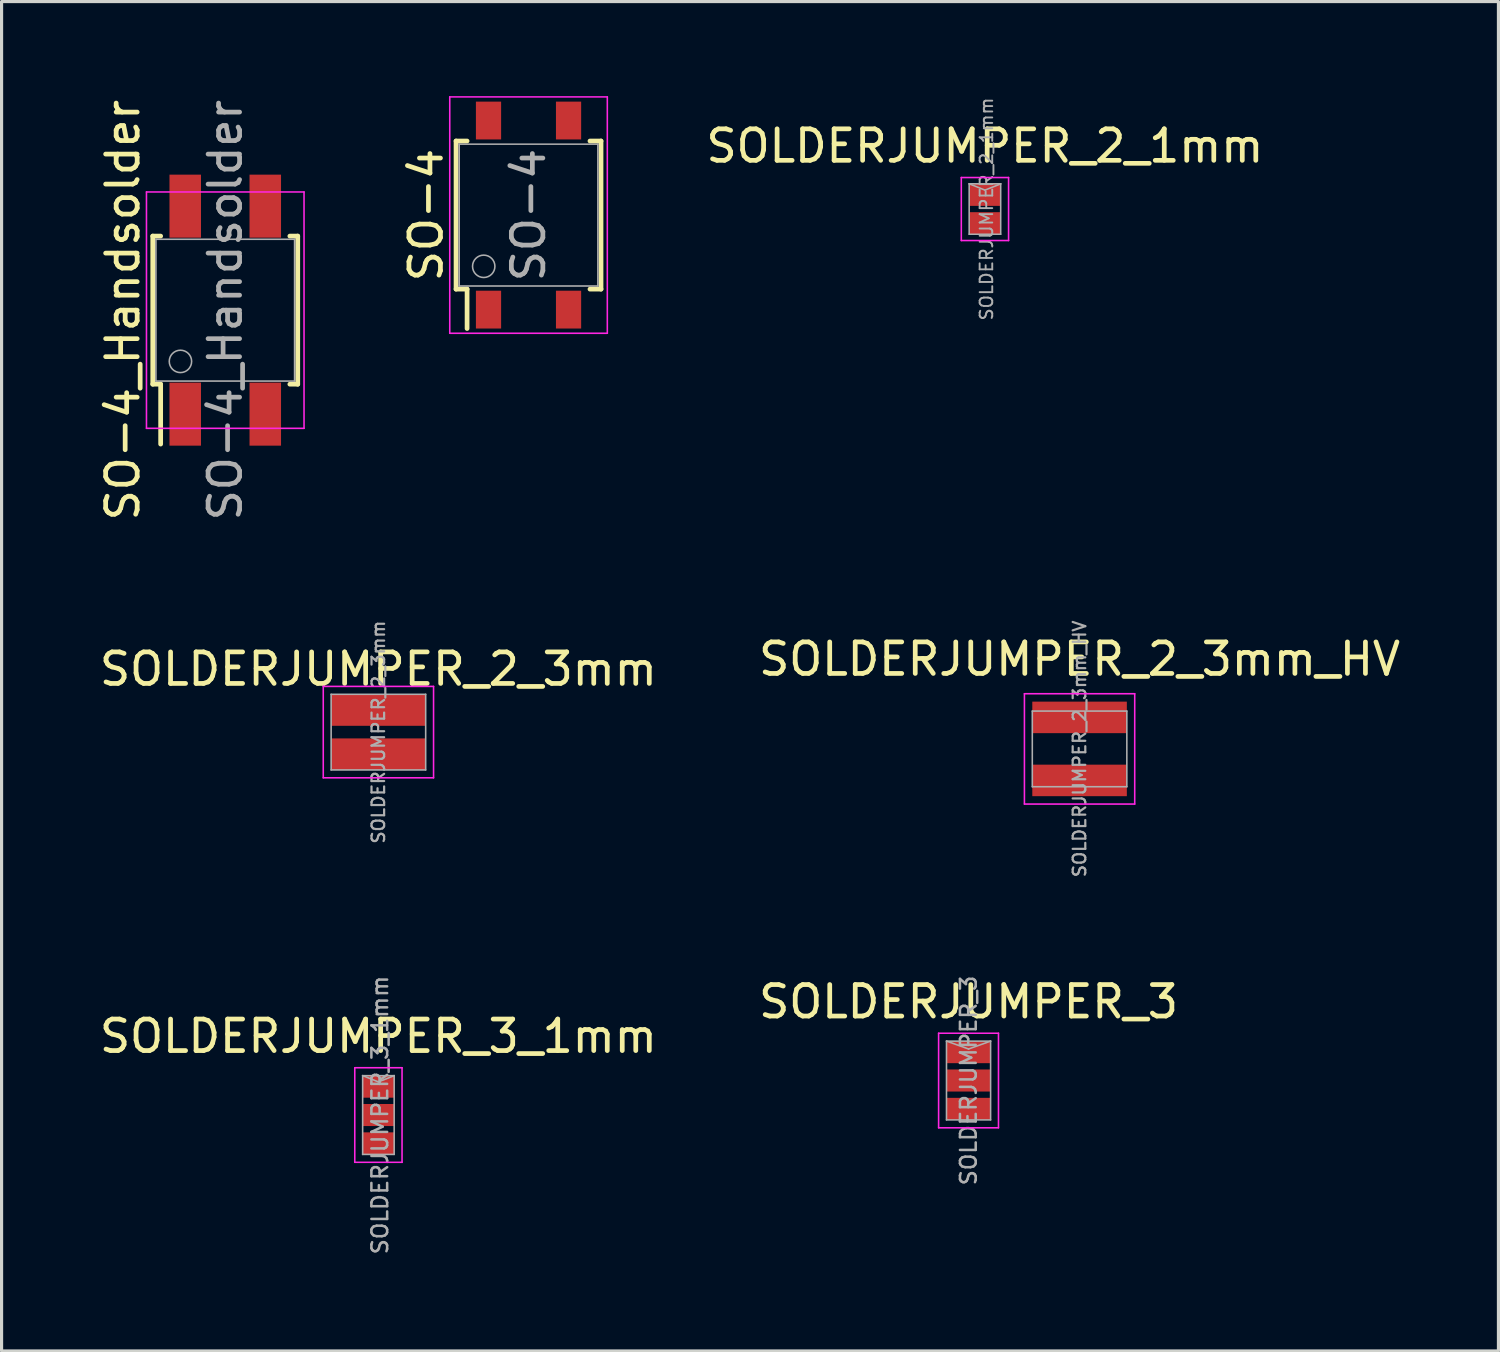
<source format=kicad_pcb>
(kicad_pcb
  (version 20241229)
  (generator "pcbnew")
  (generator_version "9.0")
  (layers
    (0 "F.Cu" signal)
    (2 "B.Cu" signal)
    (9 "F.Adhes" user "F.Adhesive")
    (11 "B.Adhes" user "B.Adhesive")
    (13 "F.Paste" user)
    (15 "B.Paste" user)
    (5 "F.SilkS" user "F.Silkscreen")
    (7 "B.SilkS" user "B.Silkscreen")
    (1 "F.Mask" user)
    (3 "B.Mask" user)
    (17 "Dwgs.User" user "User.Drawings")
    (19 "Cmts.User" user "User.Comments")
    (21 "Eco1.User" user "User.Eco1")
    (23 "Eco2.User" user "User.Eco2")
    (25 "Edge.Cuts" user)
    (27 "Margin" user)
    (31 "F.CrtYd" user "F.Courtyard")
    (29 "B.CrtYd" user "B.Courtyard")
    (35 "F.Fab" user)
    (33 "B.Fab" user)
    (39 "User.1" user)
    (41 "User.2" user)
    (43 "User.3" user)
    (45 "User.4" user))
  (footprint "SOLDERJUMPER_3_1mm"
    (layer "F.Cu")
    (at 8.958 32.333)
    (property "Reference" "SOLDERJUMPER_3_1mm" (at 0.05 0 90) (layer "F.Fab") (effects (font (size 0.5 0.5) (thickness 0.08))))
    (attr through_hole)
    (fp_line (start -0.475 -0.525) (end 0.475 -0.525) (stroke (width 0.05) (type solid)) (layer "F.Mask"))
    (fp_line (start -0.475 -0.425) (end 0.475 -0.425) (stroke (width 0.05) (type solid)) (layer "F.Mask"))
    (fp_line (start -0.475 -0.375) (end -0.475 -0.525) (stroke (width 0.05) (type solid)) (layer "F.Mask"))
    (fp_line (start -0.475 0.375) (end -0.475 0.525) (stroke (width 0.05) (type solid)) (layer "F.Mask"))
    (fp_line (start -0.475 0.475) (end 0.475 0.475) (stroke (width 0.05) (type solid)) (layer "F.Mask"))
    (fp_line (start -0.475 0.525) (end 0.475 0.525) (stroke (width 0.05) (type solid)) (layer "F.Mask"))
    (fp_line (start 0.475 -0.525) (end 0.475 -0.375) (stroke (width 0.05) (type solid)) (layer "F.Mask"))
    (fp_line (start 0.475 -0.475) (end -0.475 -0.475) (stroke (width 0.05) (type solid)) (layer "F.Mask"))
    (fp_line (start 0.475 -0.375) (end -0.475 -0.375) (stroke (width 0.05) (type solid)) (layer "F.Mask"))
    (fp_line (start 0.475 0.375) (end -0.475 0.375) (stroke (width 0.05) (type solid)) (layer "F.Mask"))
    (fp_line (start 0.475 0.425) (end -0.475 0.425) (stroke (width 0.05) (type solid)) (layer "F.Mask"))
    (fp_line (start 0.475 0.525) (end 0.475 0.375) (stroke (width 0.05) (type solid)) (layer "F.Mask"))
    (fp_line (start -0.75 -1.5) (end -0.75 1.5) (stroke (width 0.05) (type solid)) (layer "F.CrtYd"))
    (fp_line (start -0.75 1.5) (end 0.75 1.5) (stroke (width 0.05) (type solid)) (layer "F.CrtYd"))
    (fp_line (start 0.75 -1.5) (end -0.75 -1.5) (stroke (width 0.05) (type solid)) (layer "F.CrtYd"))
    (fp_line (start 0.75 1.5) (end 0.75 -1.5) (stroke (width 0.05) (type solid)) (layer "F.CrtYd"))
    (fp_line (start -0.5 -1.25) (end -0.5 1.25) (stroke (width 0.05) (type solid)) (layer "F.Fab"))
    (fp_line (start -0.5 -1.25) (end 0 -1.05) (stroke (width 0.05) (type solid)) (layer "F.Fab"))
    (fp_line (start -0.5 1.25) (end 0.5 1.25) (stroke (width 0.05) (type solid)) (layer "F.Fab"))
    (fp_line (start 0 -1.05) (end 0.5 -1.25) (stroke (width 0.05) (type solid)) (layer "F.Fab"))
    (fp_line (start 0.5 -1.25) (end -0.5 -1.25) (stroke (width 0.05) (type solid)) (layer "F.Fab"))
    (fp_line (start 0.5 1.25) (end 0.5 -1.25) (stroke (width 0.05) (type solid)) (layer "F.Fab"))
    (fp_text user "${REFERENCE}" (at 0 -2.5 0) (layer "F.SilkS") (effects (font (size 1 1) (thickness 0.15))))
    (pad "1" smd rect (at 0 -0.9) (size 1 0.7) (layers "F.Cu" "F.Mask"))
    (pad "2" smd rect (at 0 0) (size 1 0.7) (layers "F.Cu" "F.Mask"))
    (pad "3" smd rect (at 0 0.9) (size 1 0.7) (layers "F.Cu" "F.Mask")))
  (footprint "SOLDERJUMPER_3"
    (layer "F.Cu")
    (at 27.685 31.238)
    (property "Reference" "SOLDERJUMPER_3" (at 0 0 90) (layer "F.Fab") (effects (font (size 0.5 0.5) (thickness 0.08))))
    (attr through_hole)
    (fp_line (start -0.675 -0.525) (end 0.675 -0.525) (stroke (width 0.05) (type solid)) (layer "F.Mask"))
    (fp_line (start -0.675 -0.425) (end 0.675 -0.425) (stroke (width 0.05) (type solid)) (layer "F.Mask"))
    (fp_line (start -0.675 -0.375) (end -0.675 -0.525) (stroke (width 0.05) (type solid)) (layer "F.Mask"))
    (fp_line (start -0.675 0.375) (end -0.675 0.525) (stroke (width 0.05) (type solid)) (layer "F.Mask"))
    (fp_line (start -0.675 0.475) (end 0.675 0.475) (stroke (width 0.05) (type solid)) (layer "F.Mask"))
    (fp_line (start -0.675 0.525) (end 0.675 0.525) (stroke (width 0.05) (type solid)) (layer "F.Mask"))
    (fp_line (start 0.675 -0.525) (end 0.675 -0.375) (stroke (width 0.05) (type solid)) (layer "F.Mask"))
    (fp_line (start 0.675 -0.475) (end -0.675 -0.475) (stroke (width 0.05) (type solid)) (layer "F.Mask"))
    (fp_line (start 0.675 -0.375) (end -0.675 -0.375) (stroke (width 0.05) (type solid)) (layer "F.Mask"))
    (fp_line (start 0.675 0.375) (end -0.675 0.375) (stroke (width 0.05) (type solid)) (layer "F.Mask"))
    (fp_line (start 0.675 0.425) (end -0.675 0.425) (stroke (width 0.05) (type solid)) (layer "F.Mask"))
    (fp_line (start 0.675 0.525) (end 0.675 0.375) (stroke (width 0.05) (type solid)) (layer "F.Mask"))
    (fp_line (start -0.95 -1.5) (end -0.95 1.5) (stroke (width 0.05) (type solid)) (layer "F.CrtYd"))
    (fp_line (start -0.95 1.5) (end 0.95 1.5) (stroke (width 0.05) (type solid)) (layer "F.CrtYd"))
    (fp_line (start 0.95 -1.5) (end -0.95 -1.5) (stroke (width 0.05) (type solid)) (layer "F.CrtYd"))
    (fp_line (start 0.95 1.5) (end 0.95 -1.5) (stroke (width 0.05) (type solid)) (layer "F.CrtYd"))
    (fp_line (start -0.7 -1.25) (end 0 -1) (stroke (width 0.05) (type solid)) (layer "F.Fab"))
    (fp_line (start -0.7 -1.25) (end 0.7 -1.25) (stroke (width 0.05) (type solid)) (layer "F.Fab"))
    (fp_line (start -0.7 1.25) (end -0.7 -1.25) (stroke (width 0.05) (type solid)) (layer "F.Fab"))
    (fp_line (start 0 -1) (end 0.7 -1.25) (stroke (width 0.05) (type solid)) (layer "F.Fab"))
    (fp_line (start 0.7 -1.25) (end 0.7 1.25) (stroke (width 0.05) (type solid)) (layer "F.Fab"))
    (fp_line (start 0.7 1.25) (end -0.7 1.25) (stroke (width 0.05) (type solid)) (layer "F.Fab"))
    (fp_text user "${REFERENCE}" (at 0 -2.5 0) (layer "F.SilkS") (effects (font (size 1 1) (thickness 0.15))))
    (pad "1" smd rect (at 0 -0.9) (size 1.4 0.7) (layers "F.Cu" "F.Mask"))
    (pad "2" smd rect (at 0 0) (size 1.4 0.7) (layers "F.Cu" "F.Mask"))
    (pad "3" smd rect (at 0 0.9) (size 1.4 0.7) (layers "F.Cu" "F.Mask")))
  (footprint "SOLDERJUMPER_2_3mm"
    (layer "F.Cu")
    (at 8.958 20.182)
    (property "Reference" "SOLDERJUMPER_2_3mm" (at 0 0 90) (layer "F.Fab") (effects (font (size 0.4 0.4) (thickness 0.07))))
    (attr through_hole)
    (fp_line (start -1.75 -1.45) (end -1.75 1.45) (stroke (width 0.05) (type solid)) (layer "F.CrtYd"))
    (fp_line (start -1.75 1.45) (end 1.75 1.45) (stroke (width 0.05) (type solid)) (layer "F.CrtYd"))
    (fp_line (start 1.75 -1.45) (end -1.75 -1.45) (stroke (width 0.05) (type solid)) (layer "F.CrtYd"))
    (fp_line (start 1.75 1.45) (end 1.75 -1.45) (stroke (width 0.05) (type solid)) (layer "F.CrtYd"))
    (fp_line (start -1.5 -1.2) (end 1.5 -1.2) (stroke (width 0.05) (type solid)) (layer "F.Fab"))
    (fp_line (start -1.5 1.2) (end -1.5 -1.2) (stroke (width 0.05) (type solid)) (layer "F.Fab"))
    (fp_line (start 1.5 -1.2) (end 1.5 1.2) (stroke (width 0.05) (type solid)) (layer "F.Fab"))
    (fp_line (start 1.5 1.2) (end -1.5 1.2) (stroke (width 0.05) (type solid)) (layer "F.Fab"))
    (fp_text user "${REFERENCE}" (at 0 -2 0) (layer "F.SilkS") (effects (font (size 1 1) (thickness 0.15))))
    (pad "" smd rect (at 0 0) (size 3 1) (layers "F.Mask"))
    (pad "1" smd rect (at 0 -0.7) (size 3 1) (layers "F.Cu" "F.Mask"))
    (pad "2" smd rect (at 0 0.7) (size 3 1) (layers "F.Cu" "F.Mask")))
  (footprint "SO-4"
    (layer "F.Cu")
    (at 13.722 3.775)
    (property "Reference" "SO-4" (at 0 0 90) (layer "F.Fab") (effects (font (size 1 1) (thickness 0.15))))
    (attr through_hole)
    (fp_line (start -2.3 -2.35) (end -1.95 -2.35) (stroke (width 0.15) (type solid)) (layer "F.SilkS"))
    (fp_line (start -2.3 2.35) (end -2.3 -2.35) (stroke (width 0.15) (type solid)) (layer "F.SilkS"))
    (fp_line (start -1.95 2.35) (end -2.3 2.35) (stroke (width 0.15) (type solid)) (layer "F.SilkS"))
    (fp_line (start -1.95 2.35) (end -1.95 3.6) (stroke (width 0.15) (type solid)) (layer "F.SilkS"))
    (fp_line (start 1.95 2.35) (end 2.3 2.35) (stroke (width 0.15) (type solid)) (layer "F.SilkS"))
    (fp_line (start 2.3 -2.35) (end 1.95 -2.35) (stroke (width 0.15) (type solid)) (layer "F.SilkS"))
    (fp_line (start 2.3 2.35) (end 2.3 -2.35) (stroke (width 0.15) (type solid)) (layer "F.SilkS"))
    (fp_line (start -2.5 -3.75) (end 2.5 -3.75) (stroke (width 0.05) (type solid)) (layer "F.CrtYd"))
    (fp_line (start -2.5 3.75) (end -2.5 -3.75) (stroke (width 0.05) (type solid)) (layer "F.CrtYd"))
    (fp_line (start 2.5 -3.75) (end 2.5 3.75) (stroke (width 0.05) (type solid)) (layer "F.CrtYd"))
    (fp_line (start 2.5 3.75) (end -2.5 3.75) (stroke (width 0.05) (type solid)) (layer "F.CrtYd"))
    (fp_line (start -2.2 -2.25) (end 2.2 -2.25) (stroke (width 0.05) (type solid)) (layer "F.Fab"))
    (fp_line (start -2.2 2.25) (end -2.2 -2.25) (stroke (width 0.05) (type solid)) (layer "F.Fab"))
    (fp_line (start 2.2 -2.25) (end 2.2 2.25) (stroke (width 0.05) (type solid)) (layer "F.Fab"))
    (fp_line (start 2.2 2.25) (end -2.2 2.25) (stroke (width 0.05) (type solid)) (layer "F.Fab"))
    (fp_circle (center -1.422 1.626) (end -1.422 1.981) (stroke (width 0.05) (type solid)) (fill no) (layer "F.Fab"))
    (fp_text user "${REFERENCE}" (at -3.25 0 90) (layer "F.SilkS") (effects (font (size 1 1) (thickness 0.15))))
    (pad "1" smd rect (at -1.27 3) (size 0.8 1.2) (layers "F.Cu" "F.Mask" "F.Paste"))
    (pad "2" smd rect (at 1.27 3) (size 0.8 1.2) (layers "F.Cu" "F.Mask" "F.Paste"))
    (pad "3" smd rect (at 1.27 -3) (size 0.8 1.2) (layers "F.Cu" "F.Mask" "F.Paste"))
    (pad "4" smd rect (at -1.27 -3) (size 0.8 1.2) (layers "F.Cu" "F.Mask" "F.Paste")))
  (footprint "SOLDERJUMPER_2_1mm"
    (layer "F.Cu")
    (at 28.205 3.583)
    (property "Reference" "SOLDERJUMPER_2_1mm" (at 0.05 0 90) (layer "F.Fab") (effects (font (size 0.4 0.4) (thickness 0.06))))
    (attr through_hole)
    (fp_line (start -0.475 -0.075) (end -0.475 0.075) (stroke (width 0.05) (type solid)) (layer "F.Mask"))
    (fp_line (start -0.475 -0.075) (end 0.475 -0.075) (stroke (width 0.05) (type solid)) (layer "F.Mask"))
    (fp_line (start -0.475 0.025) (end 0.475 0.025) (stroke (width 0.05) (type solid)) (layer "F.Mask"))
    (fp_line (start 0.475 -0.075) (end 0.475 0.075) (stroke (width 0.05) (type solid)) (layer "F.Mask"))
    (fp_line (start 0.475 -0.025) (end -0.475 -0.025) (stroke (width 0.05) (type solid)) (layer "F.Mask"))
    (fp_line (start 0.475 0.075) (end -0.475 0.075) (stroke (width 0.05) (type solid)) (layer "F.Mask"))
    (fp_line (start -0.75 -1) (end -0.75 1) (stroke (width 0.05) (type solid)) (layer "F.CrtYd"))
    (fp_line (start -0.75 1) (end 0.75 1) (stroke (width 0.05) (type solid)) (layer "F.CrtYd"))
    (fp_line (start 0.75 -1) (end -0.75 -1) (stroke (width 0.05) (type solid)) (layer "F.CrtYd"))
    (fp_line (start 0.75 1) (end 0.75 -1) (stroke (width 0.05) (type solid)) (layer "F.CrtYd"))
    (fp_line (start -0.5 -0.8) (end 0 -0.6) (stroke (width 0.05) (type solid)) (layer "F.Fab"))
    (fp_line (start -0.5 -0.8) (end 0.5 -0.8) (stroke (width 0.05) (type solid)) (layer "F.Fab"))
    (fp_line (start -0.5 0.8) (end -0.5 -0.8) (stroke (width 0.05) (type solid)) (layer "F.Fab"))
    (fp_line (start 0 -0.6) (end 0.5 -0.8) (stroke (width 0.05) (type solid)) (layer "F.Fab"))
    (fp_line (start 0.5 -0.8) (end 0.5 0.8) (stroke (width 0.05) (type solid)) (layer "F.Fab"))
    (fp_line (start 0.5 0.8) (end -0.5 0.8) (stroke (width 0.05) (type solid)) (layer "F.Fab"))
    (fp_text user "${REFERENCE}" (at 0 -2 0) (layer "F.SilkS") (effects (font (size 1 1) (thickness 0.15))))
    (pad "1" smd rect (at 0 -0.45) (size 1 0.7) (layers "F.Cu" "F.Mask"))
    (pad "2" smd rect (at 0 0.45) (size 1 0.7) (layers "F.Cu" "F.Mask")))
  (footprint "SO-4_Handsolder"
    (layer "F.Cu")
    (at 4.098 6.792)
    (property "Reference" "SO-4_Handsolder" (at 0 0 90) (layer "F.Fab") (effects (font (size 1 1) (thickness 0.15))))
    (attr through_hole)
    (fp_line (start -2.3 -2.35) (end -2.05 -2.35) (stroke (width 0.15) (type solid)) (layer "F.SilkS"))
    (fp_line (start -2.3 2.35) (end -2.3 -2.35) (stroke (width 0.15) (type solid)) (layer "F.SilkS"))
    (fp_line (start -2.05 2.35) (end -2.3 2.35) (stroke (width 0.15) (type solid)) (layer "F.SilkS"))
    (fp_line (start -2.05 2.35) (end -2.05 4.25) (stroke (width 0.15) (type solid)) (layer "F.SilkS"))
    (fp_line (start 2.05 2.35) (end 2.3 2.35) (stroke (width 0.15) (type solid)) (layer "F.SilkS"))
    (fp_line (start 2.3 -2.35) (end 2.05 -2.35) (stroke (width 0.15) (type solid)) (layer "F.SilkS"))
    (fp_line (start 2.3 2.35) (end 2.3 -2.35) (stroke (width 0.15) (type solid)) (layer "F.SilkS"))
    (fp_line (start -2.5 -3.75) (end 2.5 -3.75) (stroke (width 0.05) (type solid)) (layer "F.CrtYd"))
    (fp_line (start -2.5 3.75) (end -2.5 -3.75) (stroke (width 0.05) (type solid)) (layer "F.CrtYd"))
    (fp_line (start 2.5 -3.75) (end 2.5 3.75) (stroke (width 0.05) (type solid)) (layer "F.CrtYd"))
    (fp_line (start 2.5 3.75) (end -2.5 3.75) (stroke (width 0.05) (type solid)) (layer "F.CrtYd"))
    (fp_line (start -2.2 -2.25) (end 2.2 -2.25) (stroke (width 0.05) (type solid)) (layer "F.Fab"))
    (fp_line (start -2.2 2.25) (end -2.2 -2.25) (stroke (width 0.05) (type solid)) (layer "F.Fab"))
    (fp_line (start 2.2 -2.25) (end 2.2 2.25) (stroke (width 0.05) (type solid)) (layer "F.Fab"))
    (fp_line (start 2.2 2.25) (end -2.2 2.25) (stroke (width 0.05) (type solid)) (layer "F.Fab"))
    (fp_circle (center -1.422 1.626) (end -1.422 1.981) (stroke (width 0.05) (type solid)) (fill no) (layer "F.Fab"))
    (fp_text user "${REFERENCE}" (at -3.25 0 90) (layer "F.SilkS") (effects (font (size 1 1) (thickness 0.15))))
    (pad "1" smd rect (at -1.27 3.3) (size 1 2) (layers "F.Cu" "F.Mask" "F.Paste"))
    (pad "2" smd rect (at 1.27 3.3) (size 1 2) (layers "F.Cu" "F.Mask" "F.Paste"))
    (pad "3" smd rect (at 1.27 -3.3) (size 1 2) (layers "F.Cu" "F.Mask" "F.Paste"))
    (pad "4" smd rect (at -1.27 -3.3) (size 1 2) (layers "F.Cu" "F.Mask" "F.Paste")))
  (footprint "SOLDERJUMPER_2_3mm_HV"
    (layer "F.Cu")
    (at 31.208 20.715)
    (property "Reference" "SOLDERJUMPER_2_3mm_HV" (at 0 0 90) (layer "F.Fab") (effects (font (size 0.4 0.4) (thickness 0.07))))
    (attr through_hole)
    (fp_line (start -1.75 -1.75) (end -1.75 1.75) (stroke (width 0.05) (type solid)) (layer "F.CrtYd"))
    (fp_line (start -1.75 1.75) (end 1.75 1.75) (stroke (width 0.05) (type solid)) (layer "F.CrtYd"))
    (fp_line (start 1.75 -1.75) (end -1.75 -1.75) (stroke (width 0.05) (type solid)) (layer "F.CrtYd"))
    (fp_line (start 1.75 1.75) (end 1.75 -1.75) (stroke (width 0.05) (type solid)) (layer "F.CrtYd"))
    (fp_line (start -1.5 -1.2) (end 1.5 -1.2) (stroke (width 0.05) (type solid)) (layer "F.Fab"))
    (fp_line (start -1.5 1.2) (end -1.5 -1.2) (stroke (width 0.05) (type solid)) (layer "F.Fab"))
    (fp_line (start 1.5 -1.2) (end 1.5 1.2) (stroke (width 0.05) (type solid)) (layer "F.Fab"))
    (fp_line (start 1.5 1.2) (end -1.5 1.2) (stroke (width 0.05) (type solid)) (layer "F.Fab"))
    (fp_text user "${REFERENCE}" (at 0 -2.85 0) (layer "F.SilkS") (effects (font (size 1 1) (thickness 0.15))))
    (pad "" smd rect (at 0 0) (size 3 1) (layers "F.Mask"))
    (pad "1" smd rect (at 0 -1) (size 3 1) (layers "F.Cu" "F.Mask"))
    (pad "2" smd rect (at 0 1) (size 3 1) (layers "F.Cu" "F.Mask")))
  (gr_rect
    (start -3 -3)
    (end 44.5 39.82)
    (stroke (width 0.1) (type default))
    (fill no)
    (layer "Edge.Cuts")))
</source>
